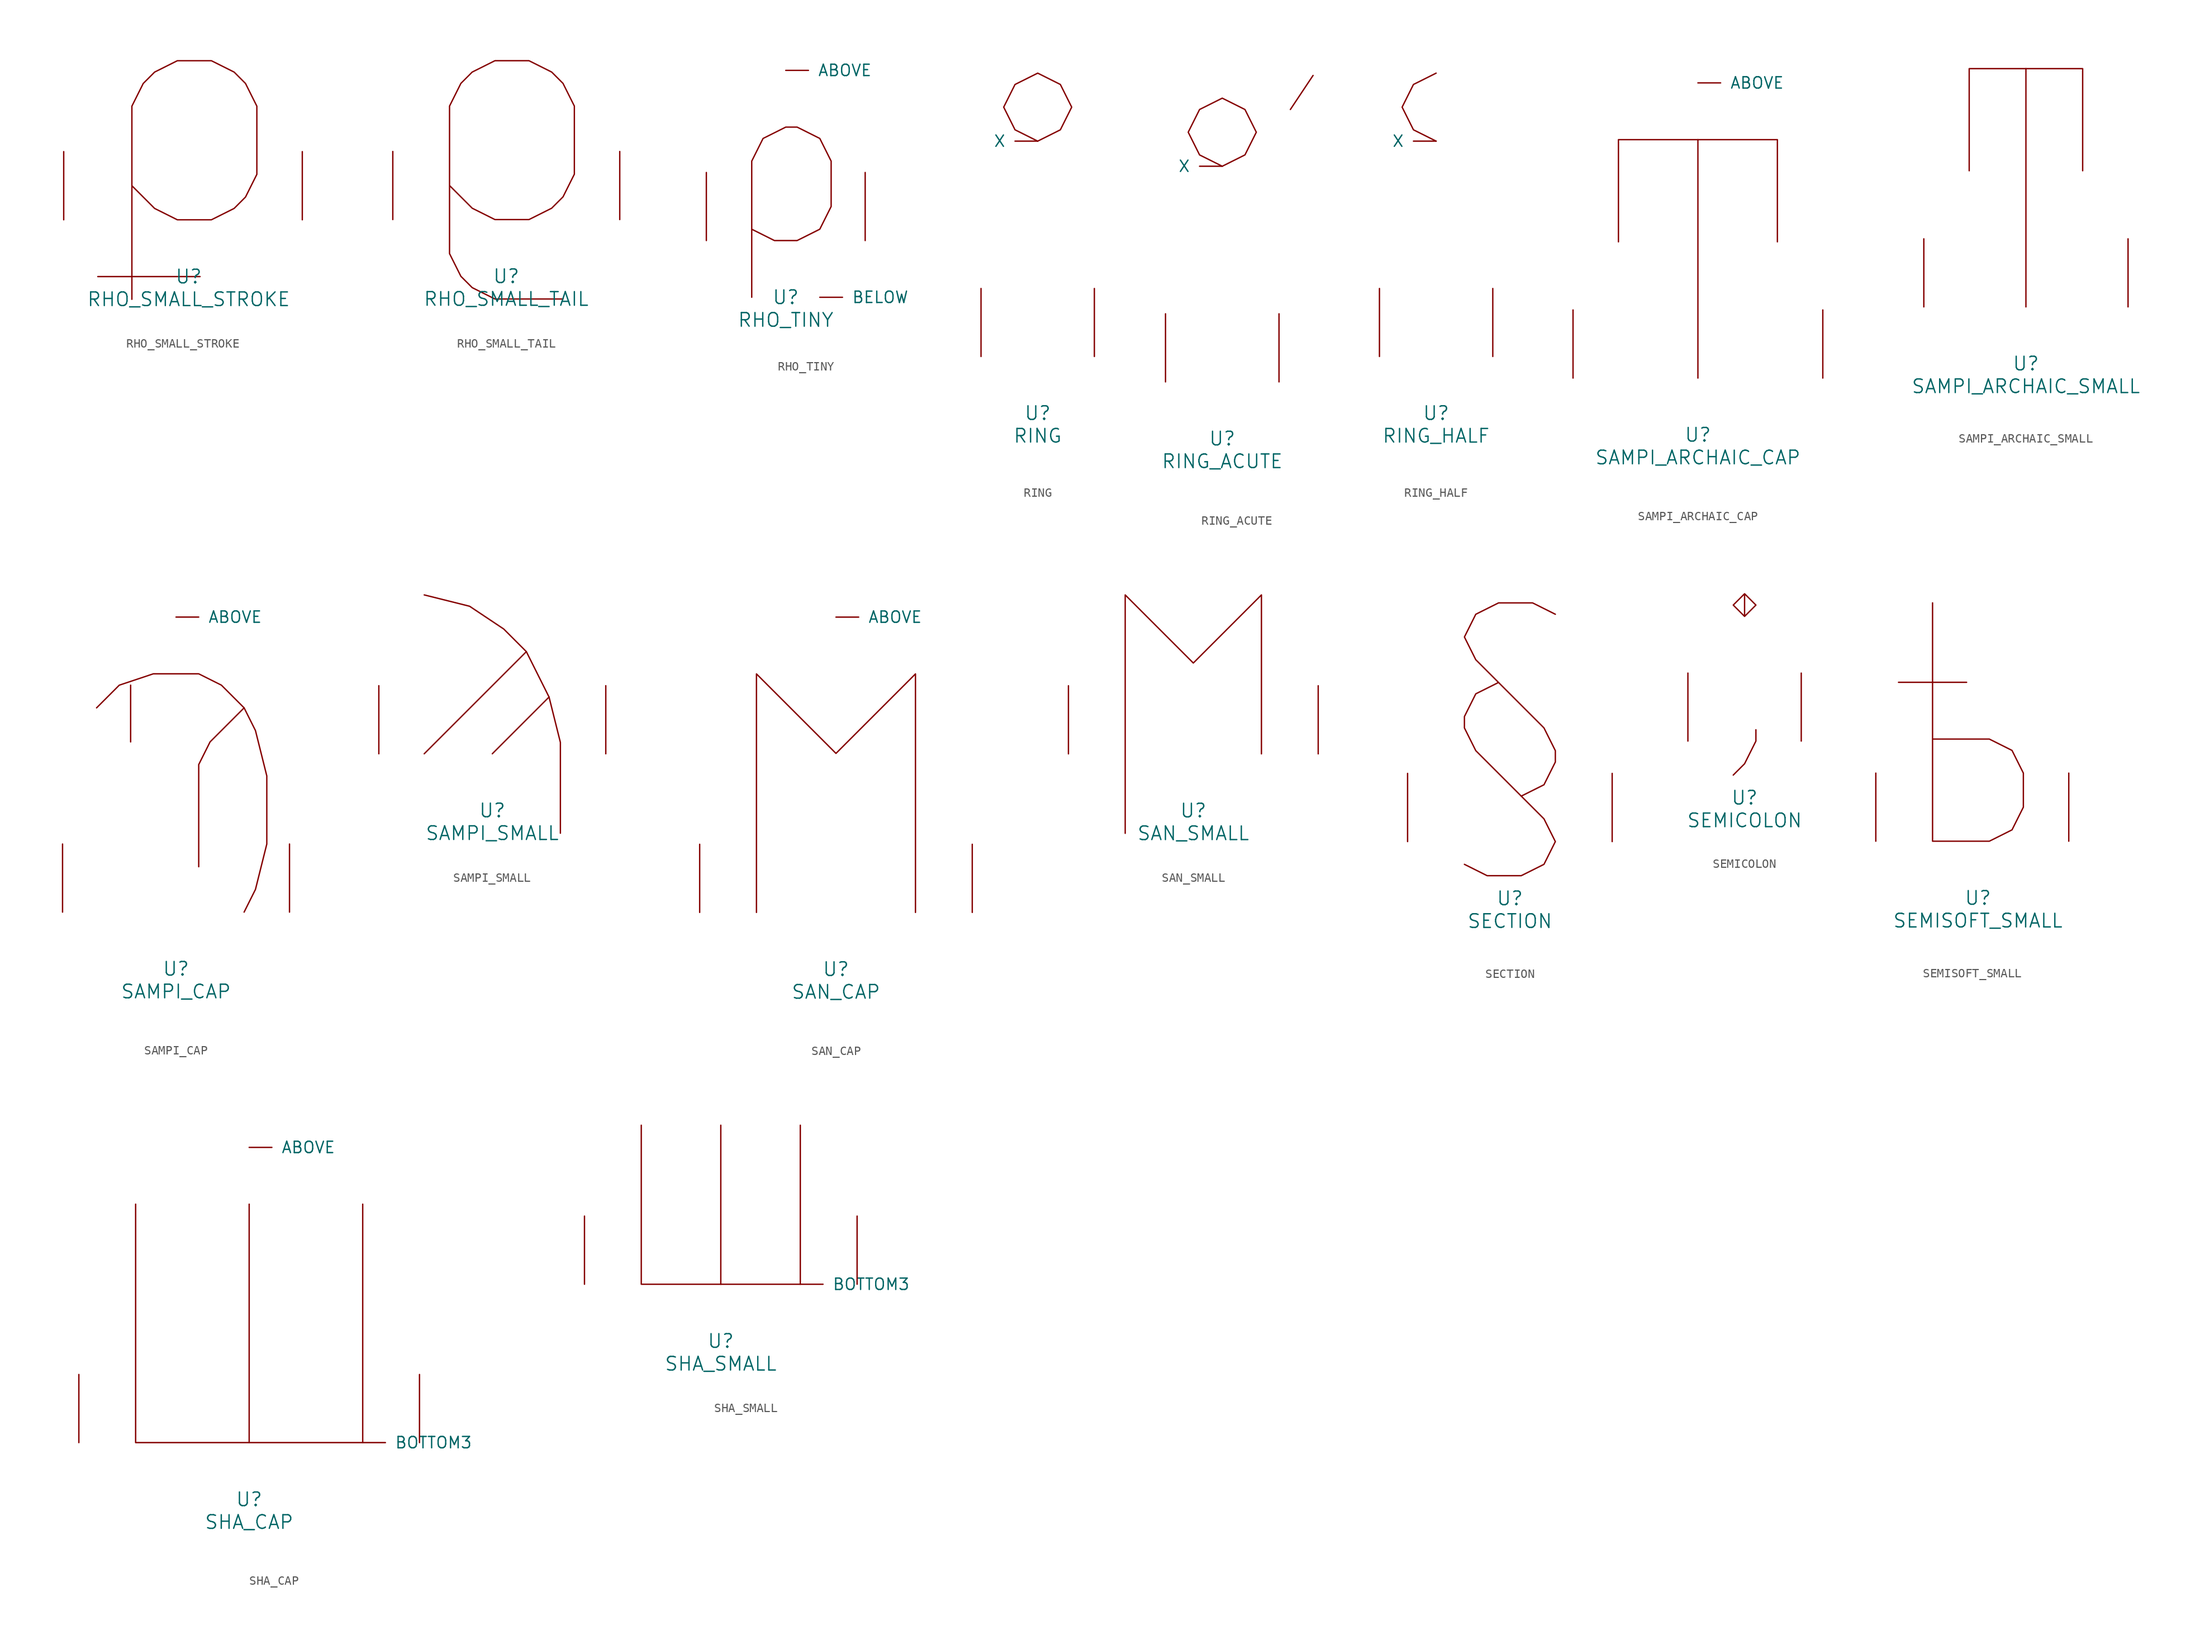
<source format=kicad_sym>
(kicad_symbol_lib
  (version 20220914)
  (generator font_lib2sym)
  (symbol "RHO_SMALL_STROKE"
    (pin_names
      (offset 1.016))
    (property "Reference" "U"
      (at 0 -6.35 0)
      (effects (font (size 1.524 1.524))))
    (property "Value" "RHO_SMALL_STROKE"
      (at 0 -8.89 0)
      (effects (font (size 1.524 1.524))))
    (symbol "RHO_SMALL_STROKE_0_1"
      (polyline (pts (xy -10.16 -6.35) (xy 1.27 -6.35)) (stroke (width 0) (type solid)) (fill (type none)))
      (polyline (pts (xy -6.35 -8.89) (xy -6.35 12.7) (xy -5.08 15.24) (xy -3.81 16.51) (xy -1.27 17.78) (xy 2.54 17.78) (xy 5.08 16.51) (xy 6.35 15.24) (xy 7.62 12.7) (xy 7.62 5.08) (xy 6.35 2.54) (xy 5.08 1.27) (xy 2.54 0) (xy -1.27 0) (xy -3.81 1.27) (xy -6.35 3.81)) (stroke (width 0) (type solid)) (fill (type none)))
      (pin input line (at -13.97 0 90) (length 7.62) (name "~" (effects (font (size 1.27 1.27)))) (number "~" (effects (font (size 1.27 1.27)))))
      (pin input line (at 12.7 0 90) (length 7.62) (name "~" (effects (font (size 1.27 1.27)))) (number "~" (effects (font (size 1.27 1.27)))))))
  (symbol "RHO_SMALL_TAIL"
    (pin_names
      (offset 1.016))
    (property "Reference" "U"
      (at 0 -6.35 0)
      (effects (font (size 1.524 1.524))))
    (property "Value" "RHO_SMALL_TAIL"
      (at 0 -8.89 0)
      (effects (font (size 1.524 1.524))))
    (symbol "RHO_SMALL_TAIL_0_1"
      (polyline (pts (xy 6.35 -8.89) (xy -1.27 -8.89) (xy -3.81 -7.62) (xy -5.08 -6.35) (xy -6.35 -3.81) (xy -6.35 12.7) (xy -5.08 15.24) (xy -3.81 16.51) (xy -1.27 17.78) (xy 2.54 17.78) (xy 5.08 16.51) (xy 6.35 15.24) (xy 7.62 12.7) (xy 7.62 5.08) (xy 6.35 2.54) (xy 5.08 1.27) (xy 2.54 0) (xy -1.27 0) (xy -3.81 1.27) (xy -6.35 3.81)) (stroke (width 0) (type solid)) (fill (type none)))
      (pin input line (at -12.7 0 90) (length 7.62) (name "~" (effects (font (size 1.27 1.27)))) (number "~" (effects (font (size 1.27 1.27)))))
      (pin input line (at 12.7 0 90) (length 7.62) (name "~" (effects (font (size 1.27 1.27)))) (number "~" (effects (font (size 1.27 1.27)))))))
  (symbol "RHO_TINY"
    (pin_names
      (offset 1.016))
    (property "Reference" "U"
      (at 0 -6.35 0)
      (effects (font (size 1.524 1.524))))
    (property "Value" "RHO_TINY"
      (at 0 -8.89 0)
      (effects (font (size 1.524 1.524))))
    (symbol "RHO_TINY_0_1"
      (polyline (pts (xy -3.81 -6.35) (xy -3.81 8.89) (xy -2.54 11.43) (xy 0 12.7) (xy 1.27 12.7) (xy 3.81 11.43) (xy 5.08 8.89) (xy 5.08 3.81) (xy 3.81 1.27) (xy 1.27 0) (xy -1.27 0) (xy -3.81 1.27)) (stroke (width 0) (type solid)) (fill (type none)))
      (pin input line (at 0 19.05 0) (length 2.54) (name "ABOVE" (effects (font (size 1.27 1.27)))) (number "~" (effects (font (size 1.27 1.27)))))
      (pin input line (at 3.81 -6.35 0) (length 2.54) (name "BELOW" (effects (font (size 1.27 1.27)))) (number "~" (effects (font (size 1.27 1.27)))))
      (pin input line (at -8.89 0 90) (length 7.62) (name "~" (effects (font (size 1.27 1.27)))) (number "~" (effects (font (size 1.27 1.27)))))
      (pin input line (at 8.89 0 90) (length 7.62) (name "~" (effects (font (size 1.27 1.27)))) (number "~" (effects (font (size 1.27 1.27)))))))
  (symbol "RING"
    (pin_names
      (offset 1.016))
    (property "Reference" "U"
      (at 0 -6.35 0)
      (effects (font (size 1.524 1.524))))
    (property "Value" "RING"
      (at 0 -8.89 0)
      (effects (font (size 1.524 1.524))))
    (symbol "RING_0_1"
      (polyline (pts (xy 0 24.13) (xy -2.54 25.4) (xy -3.81 27.94) (xy -2.54 30.48) (xy 0 31.75) (xy 2.54 30.48) (xy 3.81 27.94) (xy 2.54 25.4) (xy 0 24.13)) (stroke (width 0) (type solid)) (fill (type none)))
      (pin input line (at 0 24.13 180) (length 2.54) (name "X" (effects (font (size 1.27 1.27)))) (number "~" (effects (font (size 1.27 1.27)))))
      (pin input line (at -6.35 0 90) (length 7.62) (name "~" (effects (font (size 1.27 1.27)))) (number "~" (effects (font (size 1.27 1.27)))))
      (pin input line (at 6.35 0 90) (length 7.62) (name "~" (effects (font (size 1.27 1.27)))) (number "~" (effects (font (size 1.27 1.27)))))))
  (symbol "RING_ACUTE"
    (pin_names
      (offset 1.016))
    (property "Reference" "U"
      (at 0 -6.35 0)
      (effects (font (size 1.524 1.524))))
    (property "Value" "RING_ACUTE"
      (at 0 -8.89 0)
      (effects (font (size 1.524 1.524))))
    (symbol "RING_ACUTE_0_1"
      (polyline (pts (xy 10.16 34.29) (xy 7.62 30.48)) (stroke (width 0) (type solid)) (fill (type none)))
      (polyline (pts (xy 0 31.75) (xy -2.54 30.48) (xy -3.81 27.94) (xy -2.54 25.4) (xy 0 24.13) (xy 2.54 25.4) (xy 3.81 27.94) (xy 2.54 30.48) (xy 0 31.75)) (stroke (width 0) (type solid)) (fill (type none)))
      (pin input line (at 0 24.13 180) (length 2.54) (name "X" (effects (font (size 1.27 1.27)))) (number "~" (effects (font (size 1.27 1.27)))))
      (pin input line (at -6.35 0 90) (length 7.62) (name "~" (effects (font (size 1.27 1.27)))) (number "~" (effects (font (size 1.27 1.27)))))
      (pin input line (at 6.35 0 90) (length 7.62) (name "~" (effects (font (size 1.27 1.27)))) (number "~" (effects (font (size 1.27 1.27)))))))
  (symbol "RING_HALF"
    (pin_names
      (offset 1.016))
    (property "Reference" "U"
      (at 0 -6.35 0)
      (effects (font (size 1.524 1.524))))
    (property "Value" "RING_HALF"
      (at 0 -8.89 0)
      (effects (font (size 1.524 1.524))))
    (symbol "RING_HALF_0_1"
      (polyline (pts (xy 0 24.13) (xy -2.54 25.4) (xy -3.81 27.94) (xy -2.54 30.48) (xy 0 31.75)) (stroke (width 0) (type solid)) (fill (type none)))
      (pin input line (at 0 24.13 180) (length 2.54) (name "X" (effects (font (size 1.27 1.27)))) (number "~" (effects (font (size 1.27 1.27)))))
      (pin input line (at -6.35 0 90) (length 7.62) (name "~" (effects (font (size 1.27 1.27)))) (number "~" (effects (font (size 1.27 1.27)))))
      (pin input line (at 6.35 0 90) (length 7.62) (name "~" (effects (font (size 1.27 1.27)))) (number "~" (effects (font (size 1.27 1.27)))))))
  (symbol "SAMPI_ARCHAIC_CAP"
    (pin_names
      (offset 1.016))
    (property "Reference" "U"
      (at 0 -6.35 0)
      (effects (font (size 1.524 1.524))))
    (property "Value" "SAMPI_ARCHAIC_CAP"
      (at 0 -8.89 0)
      (effects (font (size 1.524 1.524))))
    (symbol "SAMPI_ARCHAIC_CAP_0_1"
      (polyline (pts (xy 0 0) (xy 0 26.67)) (stroke (width 0) (type solid)) (fill (type none)))
      (polyline (pts (xy -8.89 15.24) (xy -8.89 26.67) (xy 8.89 26.67) (xy 8.89 15.24)) (stroke (width 0) (type solid)) (fill (type none)))
      (pin input line (at 0 33.02 0) (length 2.54) (name "ABOVE" (effects (font (size 1.27 1.27)))) (number "~" (effects (font (size 1.27 1.27)))))
      (pin input line (at -13.97 0 90) (length 7.62) (name "~" (effects (font (size 1.27 1.27)))) (number "~" (effects (font (size 1.27 1.27)))))
      (pin input line (at 13.97 0 90) (length 7.62) (name "~" (effects (font (size 1.27 1.27)))) (number "~" (effects (font (size 1.27 1.27)))))))
  (symbol "SAMPI_ARCHAIC_SMALL"
    (pin_names
      (offset 1.016))
    (property "Reference" "U"
      (at 0 -6.35 0)
      (effects (font (size 1.524 1.524))))
    (property "Value" "SAMPI_ARCHAIC_SMALL"
      (at 0 -8.89 0)
      (effects (font (size 1.524 1.524))))
    (symbol "SAMPI_ARCHAIC_SMALL_0_1"
      (polyline (pts (xy 0 0) (xy 0 26.67)) (stroke (width 0) (type solid)) (fill (type none)))
      (polyline (pts (xy -6.35 15.24) (xy -6.35 26.67) (xy 6.35 26.67) (xy 6.35 15.24)) (stroke (width 0) (type solid)) (fill (type none)))
      (pin input line (at -11.43 0 90) (length 7.62) (name "~" (effects (font (size 1.27 1.27)))) (number "~" (effects (font (size 1.27 1.27)))))
      (pin input line (at 11.43 0 90) (length 7.62) (name "~" (effects (font (size 1.27 1.27)))) (number "~" (effects (font (size 1.27 1.27)))))))
  (symbol "SAMPI_CAP"
    (pin_names
      (offset 1.016))
    (property "Reference" "U"
      (at 0 -6.35 0)
      (effects (font (size 1.524 1.524))))
    (property "Value" "SAMPI_CAP"
      (at 0 -8.89 0)
      (effects (font (size 1.524 1.524))))
    (symbol "SAMPI_CAP_0_1"
      (polyline (pts (xy -5.08 25.4) (xy -5.08 19.05)) (stroke (width 0) (type solid)) (fill (type none)))
      (polyline (pts (xy 7.62 22.86) (xy 3.81 19.05) (xy 2.54 16.51) (xy 2.54 5.08)) (stroke (width 0) (type solid)) (fill (type none)))
      (polyline (pts (xy -8.89 22.86) (xy -6.35 25.4) (xy -2.54 26.67) (xy 2.54 26.67) (xy 5.08 25.4) (xy 7.62 22.86) (xy 8.89 20.32) (xy 10.16 15.24) (xy 10.16 7.62) (xy 8.89 2.54) (xy 7.62 0)) (stroke (width 0) (type solid)) (fill (type none)))
      (pin input line (at 0 33.02 0) (length 2.54) (name "ABOVE" (effects (font (size 1.27 1.27)))) (number "~" (effects (font (size 1.27 1.27)))))
      (pin input line (at -12.7 0 90) (length 7.62) (name "~" (effects (font (size 1.27 1.27)))) (number "~" (effects (font (size 1.27 1.27)))))
      (pin input line (at 12.7 0 90) (length 7.62) (name "~" (effects (font (size 1.27 1.27)))) (number "~" (effects (font (size 1.27 1.27)))))))
  (symbol "SAMPI_SMALL"
    (pin_names
      (offset 1.016))
    (property "Reference" "U"
      (at 0 -6.35 0)
      (effects (font (size 1.524 1.524))))
    (property "Value" "SAMPI_SMALL"
      (at 0 -8.89 0)
      (effects (font (size 1.524 1.524))))
    (symbol "SAMPI_SMALL_0_1"
      (polyline (pts (xy -7.62 0) (xy 3.81 11.43)) (stroke (width 0) (type solid)) (fill (type none)))
      (polyline (pts (xy 0 0) (xy 6.35 6.35)) (stroke (width 0) (type solid)) (fill (type none)))
      (polyline (pts (xy -7.62 17.78) (xy -2.54 16.51) (xy 1.27 13.97) (xy 3.81 11.43) (xy 6.35 6.35) (xy 7.62 1.27) (xy 7.62 -8.89)) (stroke (width 0) (type solid)) (fill (type none)))
      (pin input line (at -12.7 0 90) (length 7.62) (name "~" (effects (font (size 1.27 1.27)))) (number "~" (effects (font (size 1.27 1.27)))))
      (pin input line (at 12.7 0 90) (length 7.62) (name "~" (effects (font (size 1.27 1.27)))) (number "~" (effects (font (size 1.27 1.27)))))))
  (symbol "SAN_CAP"
    (pin_names
      (offset 1.016))
    (property "Reference" "U"
      (at 0 -6.35 0)
      (effects (font (size 1.524 1.524))))
    (property "Value" "SAN_CAP"
      (at 0 -8.89 0)
      (effects (font (size 1.524 1.524))))
    (symbol "SAN_CAP_0_1"
      (polyline (pts (xy -8.89 0) (xy -8.89 26.67) (xy 0 17.78) (xy 8.89 26.67) (xy 8.89 0)) (stroke (width 0) (type solid)) (fill (type none)))
      (pin input line (at 0 33.02 0) (length 2.54) (name "ABOVE" (effects (font (size 1.27 1.27)))) (number "~" (effects (font (size 1.27 1.27)))))
      (pin input line (at -15.24 0 90) (length 7.62) (name "~" (effects (font (size 1.27 1.27)))) (number "~" (effects (font (size 1.27 1.27)))))
      (pin input line (at 15.24 0 90) (length 7.62) (name "~" (effects (font (size 1.27 1.27)))) (number "~" (effects (font (size 1.27 1.27)))))))
  (symbol "SAN_SMALL"
    (pin_names
      (offset 1.016))
    (property "Reference" "U"
      (at 0 -6.35 0)
      (effects (font (size 1.524 1.524))))
    (property "Value" "SAN_SMALL"
      (at 0 -8.89 0)
      (effects (font (size 1.524 1.524))))
    (symbol "SAN_SMALL_0_1"
      (polyline (pts (xy -7.62 -8.89) (xy -7.62 17.78) (xy 0 10.16) (xy 7.62 17.78) (xy 7.62 0)) (stroke (width 0) (type solid)) (fill (type none)))
      (pin input line (at -13.97 0 90) (length 7.62) (name "~" (effects (font (size 1.27 1.27)))) (number "~" (effects (font (size 1.27 1.27)))))
      (pin input line (at 13.97 0 90) (length 7.62) (name "~" (effects (font (size 1.27 1.27)))) (number "~" (effects (font (size 1.27 1.27)))))))
  (symbol "SECTION"
    (pin_names
      (offset 1.016))
    (property "Reference" "U"
      (at 0 -6.35 0)
      (effects (font (size 1.524 1.524))))
    (property "Value" "SECTION"
      (at 0 -8.89 0)
      (effects (font (size 1.524 1.524))))
    (symbol "SECTION_0_1"
      (polyline (pts (xy -5.08 -2.54) (xy -2.54 -3.81) (xy 1.27 -3.81) (xy 3.81 -2.54) (xy 5.08 0) (xy 3.81 2.54) (xy -3.81 10.16) (xy -5.08 12.7) (xy -5.08 13.97) (xy -3.81 16.51) (xy -1.27 17.78)) (stroke (width 0) (type solid)) (fill (type none)))
      (polyline (pts (xy 5.08 25.4) (xy 2.54 26.67) (xy -1.27 26.67) (xy -3.81 25.4) (xy -5.08 22.86) (xy -3.81 20.32) (xy 3.81 12.7) (xy 5.08 10.16) (xy 5.08 8.89) (xy 3.81 6.35) (xy 1.27 5.08)) (stroke (width 0) (type solid)) (fill (type none)))
      (pin input line (at -11.43 0 90) (length 7.62) (name "~" (effects (font (size 1.27 1.27)))) (number "~" (effects (font (size 1.27 1.27)))))
      (pin input line (at 11.43 0 90) (length 7.62) (name "~" (effects (font (size 1.27 1.27)))) (number "~" (effects (font (size 1.27 1.27)))))))
  (symbol "SEMICOLON"
    (pin_names
      (offset 1.016))
    (property "Reference" "U"
      (at 0 -6.35 0)
      (effects (font (size 1.524 1.524))))
    (property "Value" "SEMICOLON"
      (at 0 -8.89 0)
      (effects (font (size 1.524 1.524))))
    (symbol "SEMICOLON_0_1"
      (polyline (pts (xy 1.27 1.27) (xy 1.27 0) (xy 0 -2.54) (xy -1.27 -3.81)) (stroke (width 0) (type solid)) (fill (type none)))
      (polyline (pts (xy 0 16.51) (xy 1.27 15.24) (xy 0 13.97) (xy -1.27 15.24) (xy 0 16.51) (xy 0 13.97)) (stroke (width 0) (type solid)) (fill (type none)))
      (pin input line (at -6.35 0 90) (length 7.62) (name "~" (effects (font (size 1.27 1.27)))) (number "~" (effects (font (size 1.27 1.27)))))
      (pin input line (at 6.35 0 90) (length 7.62) (name "~" (effects (font (size 1.27 1.27)))) (number "~" (effects (font (size 1.27 1.27)))))))
  (symbol "SEMISOFT_SMALL"
    (pin_names
      (offset 1.016))
    (property "Reference" "U"
      (at 0 -6.35 0)
      (effects (font (size 1.524 1.524))))
    (property "Value" "SEMISOFT_SMALL"
      (at 0 -8.89 0)
      (effects (font (size 1.524 1.524))))
    (symbol "SEMISOFT_SMALL_0_1"
      (polyline (pts (xy -8.89 17.78) (xy -1.27 17.78)) (stroke (width 0) (type solid)) (fill (type none)))
      (polyline (pts (xy -5.08 26.67) (xy -5.08 0) (xy 1.27 0) (xy 3.81 1.27) (xy 5.08 3.81) (xy 5.08 7.62) (xy 3.81 10.16) (xy 1.27 11.43) (xy -5.08 11.43)) (stroke (width 0) (type solid)) (fill (type none)))
      (pin input line (at -11.43 0 90) (length 7.62) (name "~" (effects (font (size 1.27 1.27)))) (number "~" (effects (font (size 1.27 1.27)))))
      (pin input line (at 10.16 0 90) (length 7.62) (name "~" (effects (font (size 1.27 1.27)))) (number "~" (effects (font (size 1.27 1.27)))))))
  (symbol "SHA_CAP"
    (pin_names
      (offset 1.016))
    (property "Reference" "U"
      (at 0 -6.35 0)
      (effects (font (size 1.524 1.524))))
    (property "Value" "SHA_CAP"
      (at 0 -8.89 0)
      (effects (font (size 1.524 1.524))))
    (symbol "SHA_CAP_0_1"
      (polyline (pts (xy 0 26.67) (xy 0 0)) (stroke (width 0) (type solid)) (fill (type none)))
      (polyline (pts (xy -12.7 26.67) (xy -12.7 0) (xy 12.7 0) (xy 12.7 26.67)) (stroke (width 0) (type solid)) (fill (type none)))
      (pin input line (at 0 33.02 0) (length 2.54) (name "ABOVE" (effects (font (size 1.27 1.27)))) (number "~" (effects (font (size 1.27 1.27)))))
      (pin input line (at 12.7 0 0) (length 2.54) (name "BOTTOM3" (effects (font (size 1.27 1.27)))) (number "~" (effects (font (size 1.27 1.27)))))
      (pin input line (at -19.05 0 90) (length 7.62) (name "~" (effects (font (size 1.27 1.27)))) (number "~" (effects (font (size 1.27 1.27)))))
      (pin input line (at 19.05 0 90) (length 7.62) (name "~" (effects (font (size 1.27 1.27)))) (number "~" (effects (font (size 1.27 1.27)))))))
  (symbol "SHA_SMALL"
    (pin_names
      (offset 1.016))
    (property "Reference" "U"
      (at 0 -6.35 0)
      (effects (font (size 1.524 1.524))))
    (property "Value" "SHA_SMALL"
      (at 0 -8.89 0)
      (effects (font (size 1.524 1.524))))
    (symbol "SHA_SMALL_0_1"
      (polyline (pts (xy 0 17.78) (xy 0 0)) (stroke (width 0) (type solid)) (fill (type none)))
      (polyline (pts (xy -8.89 17.78) (xy -8.89 0) (xy 8.89 0) (xy 8.89 17.78)) (stroke (width 0) (type solid)) (fill (type none)))
      (pin input line (at 8.89 0 0) (length 2.54) (name "BOTTOM3" (effects (font (size 1.27 1.27)))) (number "~" (effects (font (size 1.27 1.27)))))
      (pin input line (at -15.24 0 90) (length 7.62) (name "~" (effects (font (size 1.27 1.27)))) (number "~" (effects (font (size 1.27 1.27)))))
      (pin input line (at 15.24 0 90) (length 7.62) (name "~" (effects (font (size 1.27 1.27)))) (number "~" (effects (font (size 1.27 1.27))))))))
</source>
